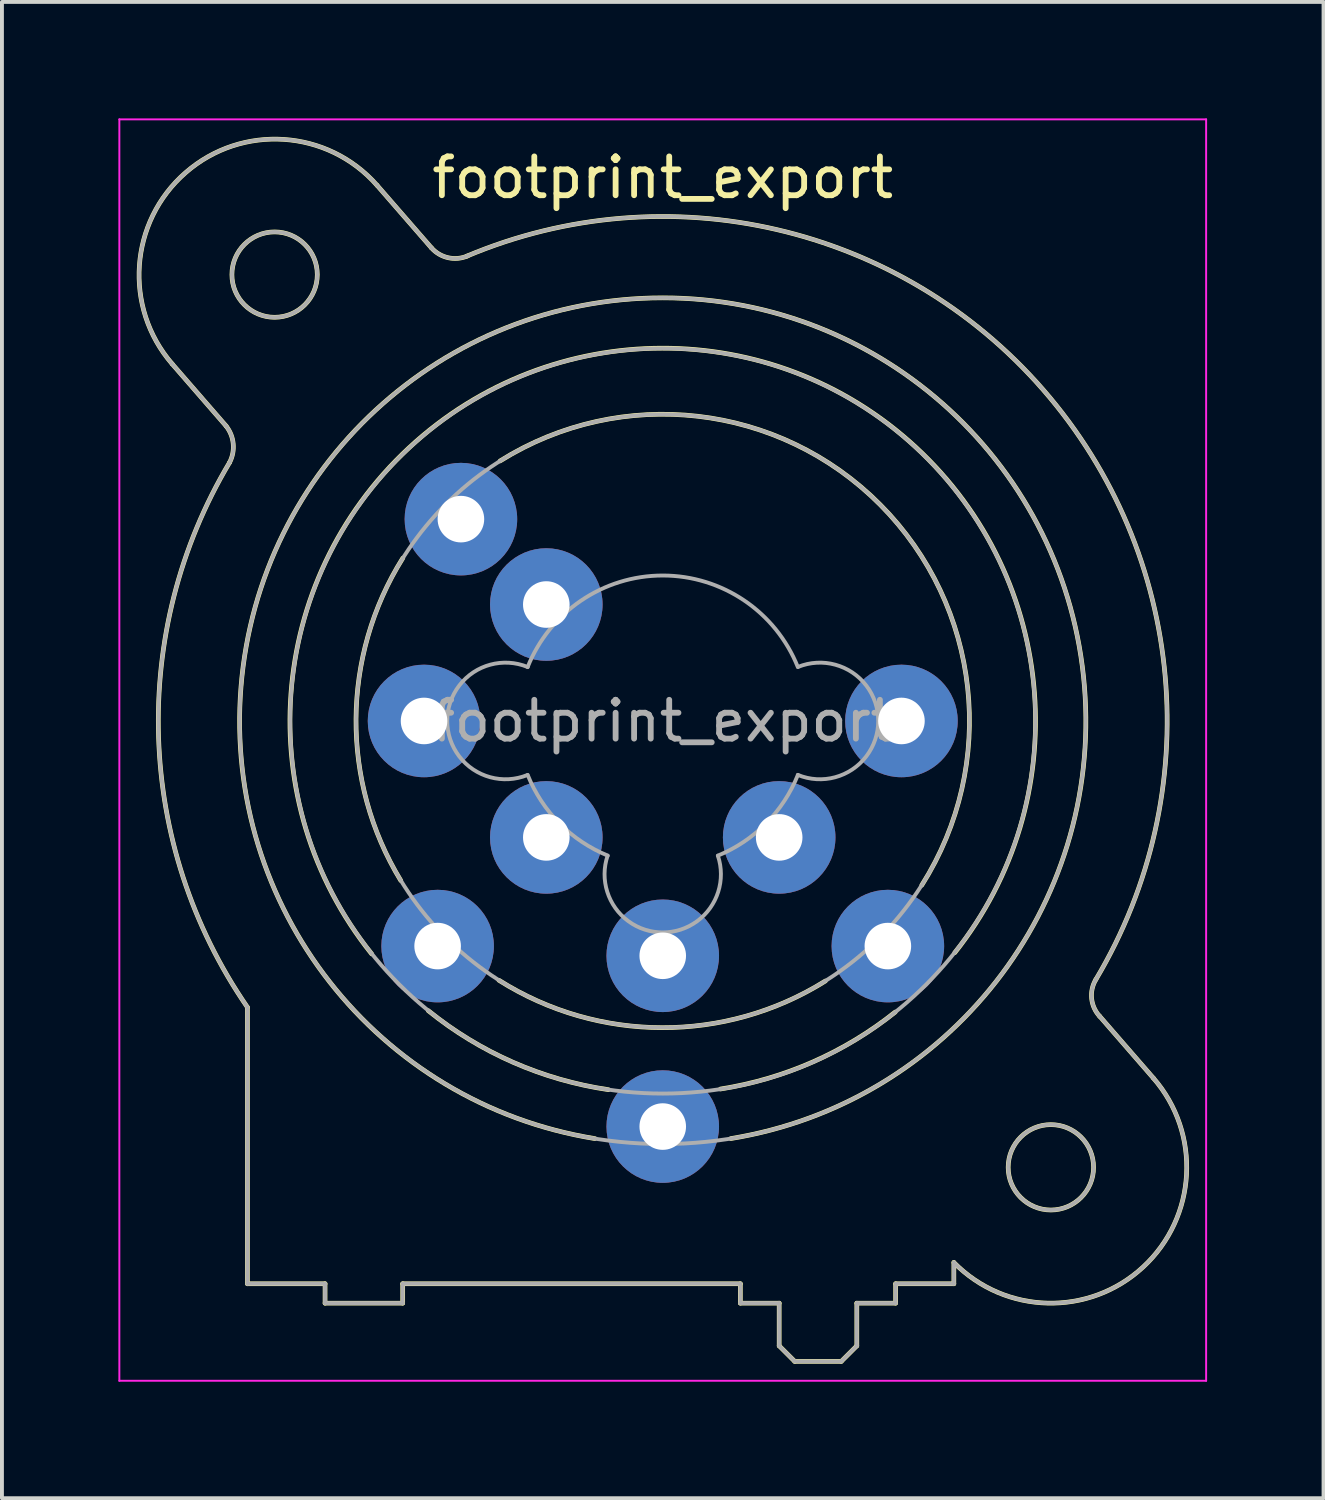
<source format=kicad_pcb>
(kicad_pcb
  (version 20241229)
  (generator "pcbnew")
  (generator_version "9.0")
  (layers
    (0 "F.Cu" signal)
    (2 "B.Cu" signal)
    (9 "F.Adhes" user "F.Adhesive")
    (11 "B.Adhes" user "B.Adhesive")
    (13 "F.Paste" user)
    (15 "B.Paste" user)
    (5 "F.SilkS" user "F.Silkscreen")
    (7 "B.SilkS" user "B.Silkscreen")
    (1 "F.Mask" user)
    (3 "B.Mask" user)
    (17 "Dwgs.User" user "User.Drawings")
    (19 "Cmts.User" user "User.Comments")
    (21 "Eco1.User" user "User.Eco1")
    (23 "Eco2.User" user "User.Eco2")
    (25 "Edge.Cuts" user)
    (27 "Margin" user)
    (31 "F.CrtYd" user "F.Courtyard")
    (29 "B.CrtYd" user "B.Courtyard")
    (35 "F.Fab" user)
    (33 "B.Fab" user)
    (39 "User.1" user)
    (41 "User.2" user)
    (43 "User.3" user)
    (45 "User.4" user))
  (footprint "footprint_export"
    (layer "F.Cu")
    (at 20.175 15.525)
    (property "Reference" "footprint_export" (at -6.15 -14 0) (layer "F.SilkS") (effects (font (size 1 1) (thickness 0.15))))
    (attr through_hole)
    (fp_line (start -17.4 -7.6) (end -18.79 -9.2) (stroke (width 0.12) (type solid)) (layer "F.SilkS"))
    (fp_line (start -16.85 14.5) (end -16.85 7.38) (stroke (width 0.12) (type solid)) (layer "F.SilkS"))
    (fp_line (start -14.85 14.5) (end -16.85 14.5) (stroke (width 0.12) (type solid)) (layer "F.SilkS"))
    (fp_line (start -14.85 14.5) (end -14.85 15) (stroke (width 0.12) (type solid)) (layer "F.SilkS"))
    (fp_line (start -13.51 -13.8) (end -12.11 -12.19) (stroke (width 0.12) (type solid)) (layer "F.SilkS"))
    (fp_line (start -12.85 14.5) (end -12.85 15) (stroke (width 0.12) (type solid)) (layer "F.SilkS"))
    (fp_line (start -12.85 15) (end -14.85 15) (stroke (width 0.12) (type solid)) (layer "F.SilkS"))
    (fp_line (start -4.15 14.5) (end -12.85 14.5) (stroke (width 0.12) (type solid)) (layer "F.SilkS"))
    (fp_line (start -4.15 14.5) (end -4.15 15) (stroke (width 0.12) (type solid)) (layer "F.SilkS"))
    (fp_line (start -3.15 15) (end -4.15 15) (stroke (width 0.12) (type solid)) (layer "F.SilkS"))
    (fp_line (start -3.15 15) (end -3.15 16.1) (stroke (width 0.12) (type solid)) (layer "F.SilkS"))
    (fp_line (start -3.15 16.1) (end -2.75 16.5) (stroke (width 0.12) (type solid)) (layer "F.SilkS"))
    (fp_line (start -1.55 16.5) (end -2.75 16.5) (stroke (width 0.12) (type solid)) (layer "F.SilkS"))
    (fp_line (start -1.15 15) (end -1.15 16.1) (stroke (width 0.12) (type solid)) (layer "F.SilkS"))
    (fp_line (start -1.15 16.1) (end -1.55 16.5) (stroke (width 0.12) (type solid)) (layer "F.SilkS"))
    (fp_line (start -0.15 14.5) (end -0.15 15) (stroke (width 0.12) (type solid)) (layer "F.SilkS"))
    (fp_line (start -0.15 15) (end -1.15 15) (stroke (width 0.12) (type solid)) (layer "F.SilkS"))
    (fp_line (start 1.35 13.95) (end 1.35 14.5) (stroke (width 0.12) (type solid)) (layer "F.SilkS"))
    (fp_line (start 1.35 14.5) (end -0.15 14.5) (stroke (width 0.12) (type solid)) (layer "F.SilkS"))
    (fp_line (start 5.1 7.6) (end 6.49 9.2) (stroke (width 0.12) (type solid)) (layer "F.SilkS"))
    (fp_arc (start -18.79 -9.2) (mid -18.45 -14.14) (end -13.51 -13.8) (stroke (width 0.12) (type solid)) (layer "F.SilkS"))
    (fp_arc (start -17.400452 -7.59955) (mid -17.216295 -7.14315) (end -17.31 -6.66) (stroke (width 0.12) (type solid)) (layer "F.SilkS"))
    (fp_arc (start -16.851206 7.374645) (mid -19.139261 0.42462) (end -17.31 -6.66) (stroke (width 0.12) (type solid)) (layer "F.SilkS"))
    (fp_arc (start -13.65 6) (mid -6.168408 -9.604669) (end 1.372943 5.971208) (stroke (width 0.12) (type solid)) (layer "F.SilkS"))
    (fp_arc (start -12.9 4.11) (mid -14.052663 -0.0501) (end -12.847348 -4.195251) (stroke (width 0.12) (type solid)) (layer "F.SilkS"))
    (fp_arc (start -11.201352 -11.974349) (mid 3.655031 -8.530097) (end 5.01 6.66) (stroke (width 0.12) (type solid)) (layer "F.SilkS"))
    (fp_arc (start -11.177539 -11.981856) (mid -11.677484 -11.93489) (end -12.11 -12.19) (stroke (width 0.12) (type solid)) (layer "F.SilkS"))
    (fp_arc (start -10.34 -6.7) (mid -0.544787 -5.570251) (end 0.523653 4.231839) (stroke (width 0.12) (type solid)) (layer "F.SilkS"))
    (fp_arc (start -7.9 10.76) (mid -6.152346 -10.90138) (end -4.395368 10.759246) (stroke (width 0.12) (type solid)) (layer "F.SilkS"))
    (fp_arc (start -7.55 9.5) (mid -10.007174 8.793873) (end -12.190932 7.464391) (stroke (width 0.12) (type solid)) (layer "F.SilkS"))
    (fp_arc (start -1.96 6.7) (mid -6.167825 7.902264) (end -10.370184 6.681029) (stroke (width 0.12) (type solid)) (layer "F.SilkS"))
    (fp_arc (start -0.16 7.5) (mid -2.282236 8.784674) (end -4.662837 9.482534) (stroke (width 0.12) (type solid)) (layer "F.SilkS"))
    (fp_arc (start 5.109394 7.611661) (mid 4.900255 7.152483) (end 5.01 6.66) (stroke (width 0.12) (type solid)) (layer "F.SilkS"))
    (fp_arc (start 6.49 9.2) (mid 6.227307 14.070606) (end 1.351052 13.95252) (stroke (width 0.12) (type solid)) (layer "F.SilkS"))
    (fp_circle (center -16.15 -11.5) (end -15.05 -11.5) (stroke (width 0.12) (type solid)) (fill no) (layer "F.SilkS"))
    (fp_circle (center 3.85 11.5) (end 4.95 11.5) (stroke (width 0.12) (type solid)) (fill no) (layer "F.SilkS"))
    (fp_line (start -20.15 -15.5) (end 7.85 -15.5) (stroke (width 0.05) (type solid)) (layer "F.CrtYd"))
    (fp_line (start -20.15 17) (end -20.15 -15.5) (stroke (width 0.05) (type solid)) (layer "F.CrtYd"))
    (fp_line (start 7.85 -15.5) (end 7.85 17) (stroke (width 0.05) (type solid)) (layer "F.CrtYd"))
    (fp_line (start 7.85 17) (end -20.15 17) (stroke (width 0.05) (type solid)) (layer "F.CrtYd"))
    (fp_line (start -17.4 -7.6) (end -18.79 -9.2) (stroke (width 0.1) (type solid)) (layer "F.Fab"))
    (fp_line (start -16.85 14.5) (end -16.85 7.38) (stroke (width 0.1) (type solid)) (layer "F.Fab"))
    (fp_line (start -14.85 14.5) (end -16.85 14.5) (stroke (width 0.1) (type solid)) (layer "F.Fab"))
    (fp_line (start -14.85 14.5) (end -14.85 15) (stroke (width 0.1) (type solid)) (layer "F.Fab"))
    (fp_line (start -13.51 -13.8) (end -12.11 -12.19) (stroke (width 0.1) (type solid)) (layer "F.Fab"))
    (fp_line (start -12.85 14.5) (end -12.85 15) (stroke (width 0.1) (type solid)) (layer "F.Fab"))
    (fp_line (start -12.85 15) (end -14.85 15) (stroke (width 0.1) (type solid)) (layer "F.Fab"))
    (fp_line (start -4.15 14.5) (end -12.85 14.5) (stroke (width 0.1) (type solid)) (layer "F.Fab"))
    (fp_line (start -4.15 14.5) (end -4.15 15) (stroke (width 0.1) (type solid)) (layer "F.Fab"))
    (fp_line (start -3.15 15) (end -4.15 15) (stroke (width 0.1) (type solid)) (layer "F.Fab"))
    (fp_line (start -3.15 15) (end -3.15 16.1) (stroke (width 0.1) (type solid)) (layer "F.Fab"))
    (fp_line (start -3.15 16.1) (end -2.75 16.5) (stroke (width 0.1) (type solid)) (layer "F.Fab"))
    (fp_line (start -1.55 16.5) (end -2.75 16.5) (stroke (width 0.1) (type solid)) (layer "F.Fab"))
    (fp_line (start -1.15 15) (end -1.15 16.1) (stroke (width 0.1) (type solid)) (layer "F.Fab"))
    (fp_line (start -1.15 16.1) (end -1.55 16.5) (stroke (width 0.1) (type solid)) (layer "F.Fab"))
    (fp_line (start -0.15 14.5) (end -0.15 15) (stroke (width 0.1) (type solid)) (layer "F.Fab"))
    (fp_line (start -0.15 15) (end -1.15 15) (stroke (width 0.1) (type solid)) (layer "F.Fab"))
    (fp_line (start 1.35 13.95) (end 1.35 14.5) (stroke (width 0.1) (type solid)) (layer "F.Fab"))
    (fp_line (start 1.35 14.5) (end -0.15 14.5) (stroke (width 0.1) (type solid)) (layer "F.Fab"))
    (fp_line (start 5.1 7.6) (end 6.49 9.2) (stroke (width 0.1) (type solid)) (layer "F.Fab"))
    (fp_arc (start -18.79 -9.2) (mid -18.45 -14.14) (end -13.51 -13.8) (stroke (width 0.1) (type solid)) (layer "F.Fab"))
    (fp_arc (start -17.400452 -7.59955) (mid -17.216295 -7.14315) (end -17.31 -6.66) (stroke (width 0.1) (type solid)) (layer "F.Fab"))
    (fp_arc (start -16.851206 7.374645) (mid -19.139261 0.42462) (end -17.31 -6.66) (stroke (width 0.1) (type solid)) (layer "F.Fab"))
    (fp_arc (start -11.201352 -11.974349) (mid 3.655031 -8.530097) (end 5.01 6.66) (stroke (width 0.1) (type solid)) (layer "F.Fab"))
    (fp_arc (start -11.177539 -11.981856) (mid -11.677484 -11.93489) (end -12.11 -12.19) (stroke (width 0.1) (type solid)) (layer "F.Fab"))
    (fp_arc (start -9.634717 1.391925) (mid -11.702329 -0.002547) (end -9.63 -1.39) (stroke (width 0.1) (type solid)) (layer "F.Fab"))
    (fp_arc (start -9.631116 -1.387204) (mid -6.151505 -3.747333) (end -2.67 -1.39) (stroke (width 0.1) (type solid)) (layer "F.Fab"))
    (fp_arc (start -7.567529 3.468878) (mid -8.810241 2.639246) (end -9.63 1.39) (stroke (width 0.1) (type solid)) (layer "F.Fab"))
    (fp_arc (start -4.729599 3.471189) (mid -6.150627 5.448932) (end -7.57 3.47) (stroke (width 0.1) (type solid)) (layer "F.Fab"))
    (fp_arc (start -2.667476 1.389002) (mid -3.487046 2.639314) (end -4.73 3.47) (stroke (width 0.1) (type solid)) (layer "F.Fab"))
    (fp_arc (start -2.665283 -1.391925) (mid -0.597671 0.002547) (end -2.67 1.39) (stroke (width 0.1) (type solid)) (layer "F.Fab"))
    (fp_arc (start 5.109394 7.611661) (mid 4.900255 7.152483) (end 5.01 6.66) (stroke (width 0.1) (type solid)) (layer "F.Fab"))
    (fp_arc (start 6.49 9.2) (mid 6.227307 14.070606) (end 1.351052 13.95252) (stroke (width 0.1) (type solid)) (layer "F.Fab"))
    (fp_circle (center -16.15 -11.5) (end -15.05 -11.5) (stroke (width 0.1) (type solid)) (fill no) (layer "F.Fab"))
    (fp_circle (center -6.15 0) (end 1.75 0) (stroke (width 0.1) (type solid)) (fill no) (layer "F.Fab"))
    (fp_circle (center -6.15 0) (end 3.45 0) (stroke (width 0.1) (type solid)) (fill no) (layer "F.Fab"))
    (fp_circle (center -6.15 0) (end 4.75 0) (stroke (width 0.1) (type solid)) (fill no) (layer "F.Fab"))
    (fp_circle (center 3.85 11.5) (end 4.95 11.5) (stroke (width 0.1) (type solid)) (fill no) (layer "F.Fab"))
    (fp_text user "${REFERENCE}" (at -6.15 0 0) (layer "F.Fab") (effects (font (size 1 1) (thickness 0.15))))
    (pad "1" thru_hole circle (at 0 0) (size 2.9 2.9) (drill 1.2) (layers "*.Cu" "*.Mask"))
    (pad "2" thru_hole circle (at -12.3 0) (size 2.9 2.9) (drill 1.2) (layers "*.Cu" "*.Mask"))
    (pad "3" thru_hole circle (at -6.15 6.05) (size 2.9 2.9) (drill 1.2) (layers "*.Cu" "*.Mask"))
    (pad "G" thru_hole circle (at -6.15 10.45) (size 2.9 2.9) (drill 1.2) (layers "*.Cu" "*.Mask"))
    (pad "R" thru_hole circle (at -0.35 5.8) (size 2.9 2.9) (drill 1.2) (layers "*.Cu" "*.Mask"))
    (pad "RN" thru_hole circle (at -3.15 3) (size 2.9 2.9) (drill 1.2) (layers "*.Cu" "*.Mask"))
    (pad "S" thru_hole circle (at -11.95 5.8) (size 2.9 2.9) (drill 1.2) (layers "*.Cu" "*.Mask"))
    (pad "SN" thru_hole circle (at -9.15 3) (size 2.9 2.9) (drill 1.2) (layers "*.Cu" "*.Mask"))
    (pad "T" thru_hole circle (at -11.35 -5.2) (size 2.9 2.9) (drill 1.2) (layers "*.Cu" "*.Mask"))
    (pad "TN" thru_hole circle (at -9.15 -3) (size 2.9 2.9) (drill 1.2) (layers "*.Cu" "*.Mask")))
  (gr_rect
    (start -3 -3)
    (end 31.05 35.55)
    (stroke (width 0.1) (type default))
    (fill no)
    (layer "Edge.Cuts")))
</source>
